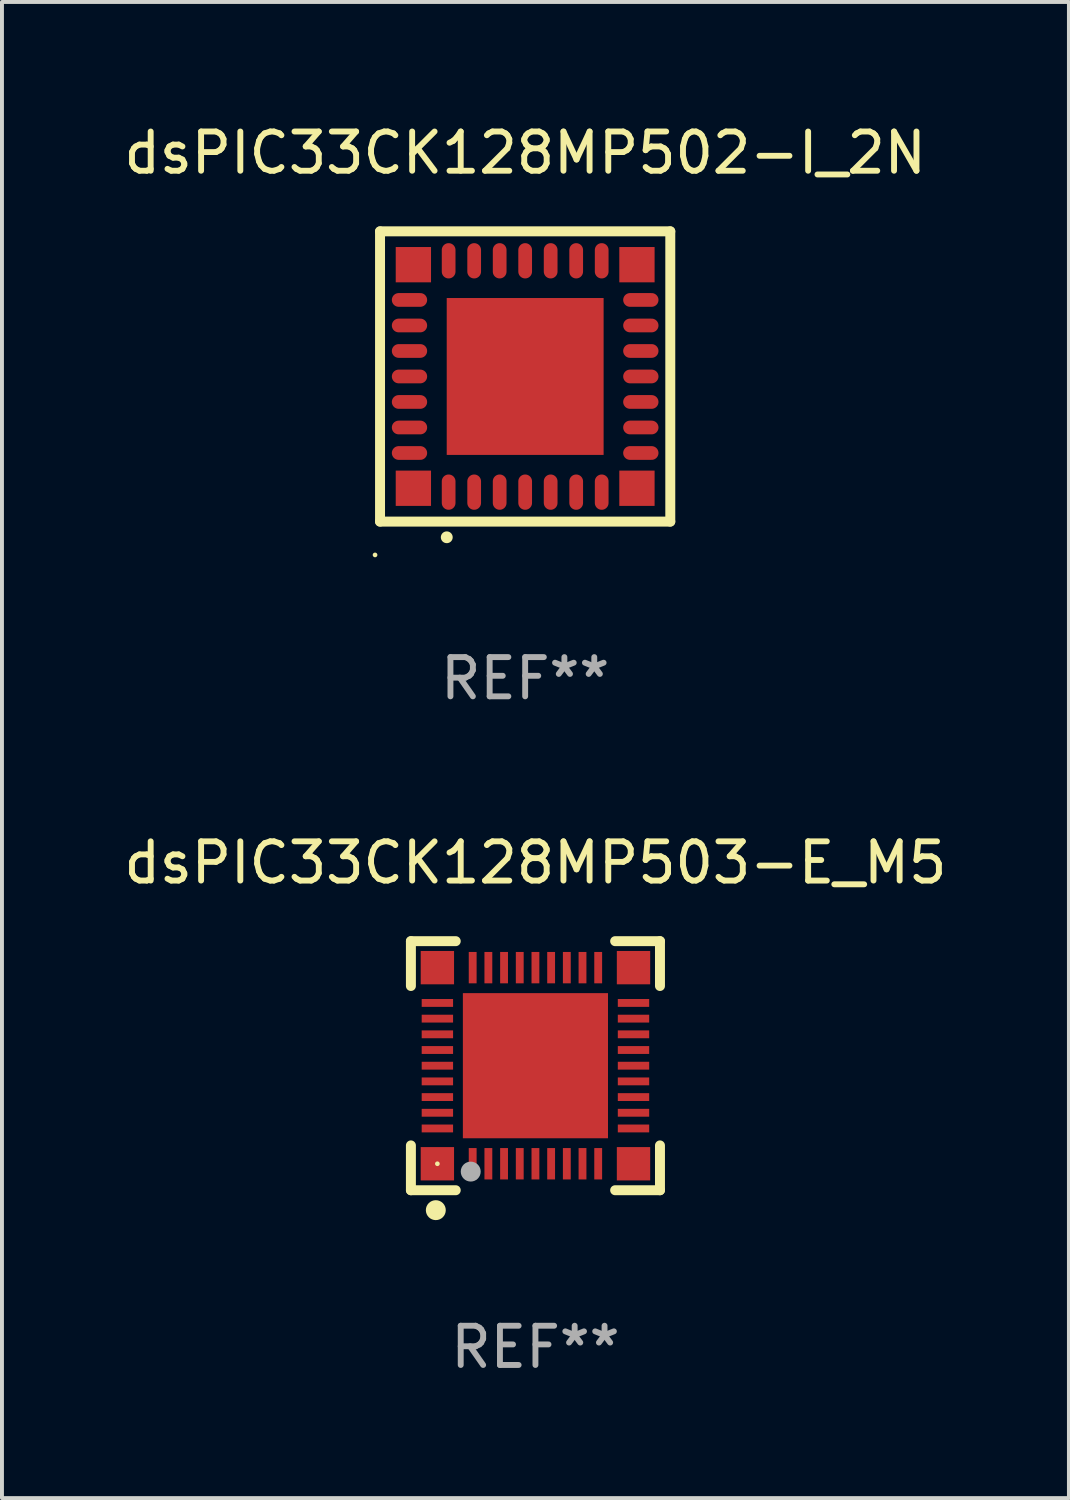
<source format=kicad_pcb>
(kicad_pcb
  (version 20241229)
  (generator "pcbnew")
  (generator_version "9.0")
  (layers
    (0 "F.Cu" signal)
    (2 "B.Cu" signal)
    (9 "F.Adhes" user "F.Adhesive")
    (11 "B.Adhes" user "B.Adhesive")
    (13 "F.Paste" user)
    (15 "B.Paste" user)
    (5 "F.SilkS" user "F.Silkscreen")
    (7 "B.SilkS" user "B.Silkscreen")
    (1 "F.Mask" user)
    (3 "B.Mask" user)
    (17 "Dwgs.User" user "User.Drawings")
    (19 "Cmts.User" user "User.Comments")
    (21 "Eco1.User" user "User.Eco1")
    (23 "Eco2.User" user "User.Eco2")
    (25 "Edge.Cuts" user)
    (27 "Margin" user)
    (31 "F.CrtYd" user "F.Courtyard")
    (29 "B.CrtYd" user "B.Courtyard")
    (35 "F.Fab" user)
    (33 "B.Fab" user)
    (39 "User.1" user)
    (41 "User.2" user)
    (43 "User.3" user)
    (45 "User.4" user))
  (footprint "dsPIC33CK128MP502-I_2N"
    (layer "F.Cu")
    (at 10.339 6.548)
    (property "Reference" "dsPIC33CK128MP502-I_2N" (at 0 -5.7 0) (layer "F.SilkS") (effects (font (size 1 1) (thickness 0.15))))
    (attr through_hole)
    (fp_line (start -3.7 -3.7) (end 3.7 -3.7) (stroke (width 0.254) (type solid)) (layer "F.SilkS"))
    (fp_line (start -3.7 3.7) (end -3.7 -3.7) (stroke (width 0.254) (type solid)) (layer "F.SilkS"))
    (fp_line (start 3.7 -3.7) (end 3.7 3.7) (stroke (width 0.254) (type solid)) (layer "F.SilkS"))
    (fp_line (start 3.7 3.7) (end -3.7 3.7) (stroke (width 0.254) (type solid)) (layer "F.SilkS"))
    (fp_arc (start -2 4.1) (mid -1.99873 4.099995) (end -1.99746 4.1) (stroke (width 0.3) (type solid)) (layer "F.SilkS"))
    (fp_circle (center -3.827 4.55) (end -3.797 4.55) (stroke (width 0.06) (type solid)) (fill no) (layer "F.SilkS"))
    (fp_text user "REF**" (at 0 7.7 0) (layer "F.Fab") (effects (font (size 1 1) (thickness 0.15))))
    (pad "1" smd oval (at -1.951 2.949 180) (size 0.35 0.9) (layers "F.Cu" "F.Mask" "F.Paste"))
    (pad "2" smd oval (at -1.3 2.949 180) (size 0.35 0.9) (layers "F.Cu" "F.Mask" "F.Paste"))
    (pad "3" smd oval (at -0.65 2.949 180) (size 0.35 0.9) (layers "F.Cu" "F.Mask" "F.Paste"))
    (pad "4" smd oval (at 0.000051 2.949 180) (size 0.35 0.9) (layers "F.Cu" "F.Mask" "F.Paste"))
    (pad "5" smd oval (at 0.65 2.949 180) (size 0.35 0.9) (layers "F.Cu" "F.Mask" "F.Paste"))
    (pad "6" smd oval (at 1.301 2.949 180) (size 0.35 0.9) (layers "F.Cu" "F.Mask" "F.Paste"))
    (pad "7" smd oval (at 1.951 2.949 180) (size 0.35 0.9) (layers "F.Cu" "F.Mask" "F.Paste"))
    (pad "8" smd oval (at 2.949 1.951 90) (size 0.35 0.9) (layers "F.Cu" "F.Mask" "F.Paste"))
    (pad "9" smd oval (at 2.949 1.301 90) (size 0.35 0.9) (layers "F.Cu" "F.Mask" "F.Paste"))
    (pad "10" smd oval (at 2.949 0.65 90) (size 0.35 0.9) (layers "F.Cu" "F.Mask" "F.Paste"))
    (pad "11" smd oval (at 2.949 0.000051 90) (size 0.35 0.9) (layers "F.Cu" "F.Mask" "F.Paste"))
    (pad "12" smd oval (at 2.949 -0.65 90) (size 0.35 0.9) (layers "F.Cu" "F.Mask" "F.Paste"))
    (pad "13" smd oval (at 2.949 -1.3 90) (size 0.35 0.9) (layers "F.Cu" "F.Mask" "F.Paste"))
    (pad "14" smd oval (at 2.949 -1.951 90) (size 0.35 0.9) (layers "F.Cu" "F.Mask" "F.Paste"))
    (pad "15" smd oval (at 1.951 -2.949 180) (size 0.35 0.9) (layers "F.Cu" "F.Mask" "F.Paste"))
    (pad "16" smd oval (at 1.301 -2.949 180) (size 0.35 0.9) (layers "F.Cu" "F.Mask" "F.Paste"))
    (pad "17" smd oval (at 0.65 -2.949 180) (size 0.35 0.9) (layers "F.Cu" "F.Mask" "F.Paste"))
    (pad "18" smd oval (at 0.000051 -2.949 180) (size 0.35 0.9) (layers "F.Cu" "F.Mask" "F.Paste"))
    (pad "19" smd oval (at -0.65 -2.949 180) (size 0.35 0.9) (layers "F.Cu" "F.Mask" "F.Paste"))
    (pad "20" smd oval (at -1.3 -2.949 180) (size 0.35 0.9) (layers "F.Cu" "F.Mask" "F.Paste"))
    (pad "21" smd oval (at -1.951 -2.949 180) (size 0.35 0.9) (layers "F.Cu" "F.Mask" "F.Paste"))
    (pad "22" smd oval (at -2.949 -1.951 90) (size 0.35 0.9) (layers "F.Cu" "F.Mask" "F.Paste"))
    (pad "23" smd oval (at -2.949 -1.3 90) (size 0.35 0.9) (layers "F.Cu" "F.Mask" "F.Paste"))
    (pad "24" smd oval (at -2.949 -0.65 90) (size 0.35 0.9) (layers "F.Cu" "F.Mask" "F.Paste"))
    (pad "25" smd oval (at -2.949 0.000051 90) (size 0.35 0.9) (layers "F.Cu" "F.Mask" "F.Paste"))
    (pad "26" smd oval (at -2.949 0.65 90) (size 0.35 0.9) (layers "F.Cu" "F.Mask" "F.Paste"))
    (pad "27" smd oval (at -2.949 1.301 90) (size 0.35 0.9) (layers "F.Cu" "F.Mask" "F.Paste"))
    (pad "28" smd oval (at -2.949 1.951 90) (size 0.35 0.9) (layers "F.Cu" "F.Mask" "F.Paste"))
    (pad "29" smd rect (at -2.85 -2.85 90) (size 0.9 0.9) (layers "F.Cu" "F.Mask" "F.Paste"))
    (pad "29" smd rect (at -2.85 2.85 90) (size 0.9 0.9) (layers "F.Cu" "F.Mask" "F.Paste"))
    (pad "29" smd rect (at 0.000051 0.000051 90) (size 4 4) (layers "F.Cu" "F.Mask" "F.Paste"))
    (pad "29" smd rect (at 2.85 -2.85 90) (size 0.9 0.9) (layers "F.Cu" "F.Mask" "F.Paste"))
    (pad "29" smd rect (at 2.85 2.85 90) (size 0.9 0.9) (layers "F.Cu" "F.Mask" "F.Paste")))
  (footprint "dsPIC33CK128MP503-E_M5"
    (layer "F.Cu")
    (at 10.601 24.12)
    (property "Reference" "dsPIC33CK128MP503-E_M5" (at 0 -5.175 0) (layer "F.SilkS") (effects (font (size 1 1) (thickness 0.15))))
    (attr through_hole)
    (fp_line (start -3.175 -3.175) (end -2.032 -3.175) (stroke (width 0.254) (type solid)) (layer "F.SilkS"))
    (fp_line (start -3.175 -2.032) (end -3.175 -3.175) (stroke (width 0.254) (type solid)) (layer "F.SilkS"))
    (fp_line (start -3.175 3.175) (end -3.175 2.032) (stroke (width 0.254) (type solid)) (layer "F.SilkS"))
    (fp_line (start -2.032 3.175) (end -3.175 3.175) (stroke (width 0.254) (type solid)) (layer "F.SilkS"))
    (fp_line (start 2.032 -3.175) (end 3.175 -3.175) (stroke (width 0.254) (type solid)) (layer "F.SilkS"))
    (fp_line (start 3.175 -3.175) (end 3.175 -2.032) (stroke (width 0.254) (type solid)) (layer "F.SilkS"))
    (fp_line (start 3.175 2.032) (end 3.175 3.175) (stroke (width 0.254) (type solid)) (layer "F.SilkS"))
    (fp_line (start 3.175 3.175) (end 2.032 3.175) (stroke (width 0.254) (type solid)) (layer "F.SilkS"))
    (fp_circle (center -2.54 3.683) (end -2.413 3.683) (stroke (width 0.254) (type solid)) (fill no) (layer "F.SilkS"))
    (fp_circle (center -2.5 2.5) (end -2.47 2.5) (stroke (width 0.06) (type solid)) (fill no) (layer "F.SilkS"))
    (fp_circle (center -1.65 2.7) (end -1.523 2.7) (stroke (width 0.254) (type solid)) (fill no) (layer "F.Fab"))
    (fp_text user "REF**" (at 0 7.175 0) (layer "F.Fab") (effects (font (size 1 1) (thickness 0.15))))
    (pad "1" smd rect (at -1.6 2.5) (size 0.2 0.8) (layers "F.Cu" "F.Mask" "F.Paste"))
    (pad "2" smd rect (at -1.2 2.5) (size 0.2 0.8) (layers "F.Cu" "F.Mask" "F.Paste"))
    (pad "3" smd rect (at -0.8 2.5) (size 0.2 0.8) (layers "F.Cu" "F.Mask" "F.Paste"))
    (pad "4" smd rect (at -0.4 2.5) (size 0.2 0.8) (layers "F.Cu" "F.Mask" "F.Paste"))
    (pad "5" smd rect (at -0.000051 2.5) (size 0.2 0.8) (layers "F.Cu" "F.Mask" "F.Paste"))
    (pad "6" smd rect (at 0.4 2.5) (size 0.2 0.8) (layers "F.Cu" "F.Mask" "F.Paste"))
    (pad "7" smd rect (at 0.8 2.5) (size 0.2 0.8) (layers "F.Cu" "F.Mask" "F.Paste"))
    (pad "8" smd rect (at 1.2 2.5) (size 0.2 0.8) (layers "F.Cu" "F.Mask" "F.Paste"))
    (pad "9" smd rect (at 1.6 2.5) (size 0.2 0.8) (layers "F.Cu" "F.Mask" "F.Paste"))
    (pad "10" smd rect (at 2.5 1.6 90) (size 0.2 0.8) (layers "F.Cu" "F.Mask" "F.Paste"))
    (pad "11" smd rect (at 2.5 1.2 90) (size 0.2 0.8) (layers "F.Cu" "F.Mask" "F.Paste"))
    (pad "12" smd rect (at 2.5 0.8 90) (size 0.2 0.8) (layers "F.Cu" "F.Mask" "F.Paste"))
    (pad "13" smd rect (at 2.5 0.4 90) (size 0.2 0.8) (layers "F.Cu" "F.Mask" "F.Paste"))
    (pad "14" smd rect (at 2.5 -0.000051 90) (size 0.2 0.8) (layers "F.Cu" "F.Mask" "F.Paste"))
    (pad "15" smd rect (at 2.5 -0.4 90) (size 0.2 0.8) (layers "F.Cu" "F.Mask" "F.Paste"))
    (pad "16" smd rect (at 2.5 -0.8 90) (size 0.2 0.8) (layers "F.Cu" "F.Mask" "F.Paste"))
    (pad "17" smd rect (at 2.5 -1.2 90) (size 0.2 0.8) (layers "F.Cu" "F.Mask" "F.Paste"))
    (pad "18" smd rect (at 2.5 -1.6 90) (size 0.2 0.8) (layers "F.Cu" "F.Mask" "F.Paste"))
    (pad "19" smd rect (at 1.6 -2.5 180) (size 0.2 0.8) (layers "F.Cu" "F.Mask" "F.Paste"))
    (pad "20" smd rect (at 1.2 -2.5 180) (size 0.2 0.8) (layers "F.Cu" "F.Mask" "F.Paste"))
    (pad "21" smd rect (at 0.8 -2.5 180) (size 0.2 0.8) (layers "F.Cu" "F.Mask" "F.Paste"))
    (pad "22" smd rect (at 0.4 -2.5 180) (size 0.2 0.8) (layers "F.Cu" "F.Mask" "F.Paste"))
    (pad "23" smd rect (at -0.000051 -2.5 180) (size 0.2 0.8) (layers "F.Cu" "F.Mask" "F.Paste"))
    (pad "24" smd rect (at -0.4 -2.5 180) (size 0.2 0.8) (layers "F.Cu" "F.Mask" "F.Paste"))
    (pad "25" smd rect (at -0.8 -2.5 180) (size 0.2 0.8) (layers "F.Cu" "F.Mask" "F.Paste"))
    (pad "26" smd rect (at -1.2 -2.5 180) (size 0.2 0.8) (layers "F.Cu" "F.Mask" "F.Paste"))
    (pad "27" smd rect (at -1.6 -2.5 180) (size 0.2 0.8) (layers "F.Cu" "F.Mask" "F.Paste"))
    (pad "28" smd rect (at -2.5 -1.6 270) (size 0.2 0.8) (layers "F.Cu" "F.Mask" "F.Paste"))
    (pad "29" smd rect (at -2.5 -1.2 270) (size 0.2 0.8) (layers "F.Cu" "F.Mask" "F.Paste"))
    (pad "30" smd rect (at -2.5 -0.8 270) (size 0.2 0.8) (layers "F.Cu" "F.Mask" "F.Paste"))
    (pad "31" smd rect (at -2.5 -0.4 270) (size 0.2 0.8) (layers "F.Cu" "F.Mask" "F.Paste"))
    (pad "32" smd rect (at -2.5 -0.000051 270) (size 0.2 0.8) (layers "F.Cu" "F.Mask" "F.Paste"))
    (pad "33" smd rect (at -2.5 0.4 270) (size 0.2 0.8) (layers "F.Cu" "F.Mask" "F.Paste"))
    (pad "34" smd rect (at -2.5 0.8 270) (size 0.2 0.8) (layers "F.Cu" "F.Mask" "F.Paste"))
    (pad "35" smd rect (at -2.5 1.2 270) (size 0.2 0.8) (layers "F.Cu" "F.Mask" "F.Paste"))
    (pad "36" smd rect (at -2.5 1.6 270) (size 0.2 0.8) (layers "F.Cu" "F.Mask" "F.Paste"))
    (pad "37" smd rect (at -2.5 -2.5) (size 0.85 0.85) (layers "F.Cu" "F.Mask" "F.Paste"))
    (pad "37" smd rect (at -2.5 2.5) (size 0.85 0.85) (layers "F.Cu" "F.Mask" "F.Paste"))
    (pad "37" smd rect (at -0.000051 -0.000051) (size 3.7 3.7) (layers "F.Cu" "F.Mask" "F.Paste"))
    (pad "37" smd rect (at 2.5 -2.5) (size 0.85 0.85) (layers "F.Cu" "F.Mask" "F.Paste"))
    (pad "37" smd rect (at 2.5 2.5) (size 0.85 0.85) (layers "F.Cu" "F.Mask" "F.Paste")))
  (gr_rect
    (start -3 -3)
    (end 24.202 35.143)
    (stroke (width 0.1) (type default))
    (fill no)
    (layer "Edge.Cuts")))
</source>
